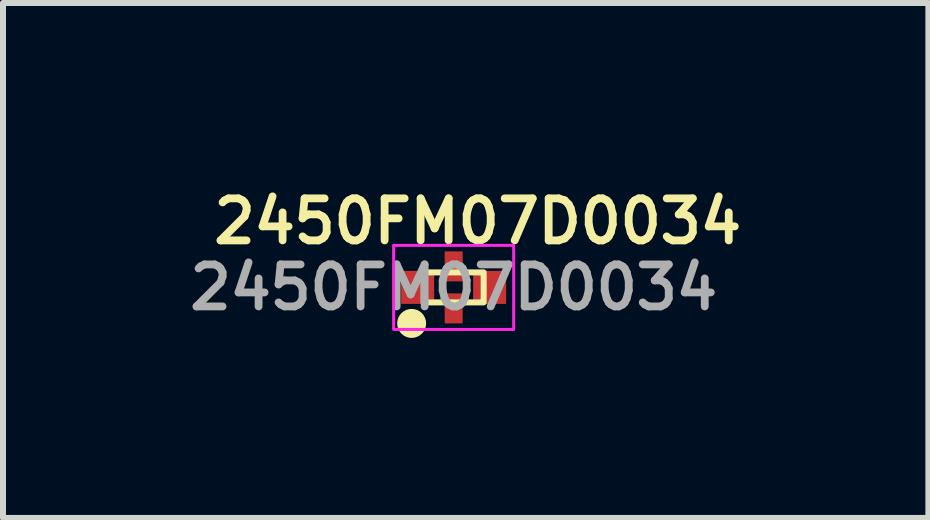
<source format=kicad_pcb>
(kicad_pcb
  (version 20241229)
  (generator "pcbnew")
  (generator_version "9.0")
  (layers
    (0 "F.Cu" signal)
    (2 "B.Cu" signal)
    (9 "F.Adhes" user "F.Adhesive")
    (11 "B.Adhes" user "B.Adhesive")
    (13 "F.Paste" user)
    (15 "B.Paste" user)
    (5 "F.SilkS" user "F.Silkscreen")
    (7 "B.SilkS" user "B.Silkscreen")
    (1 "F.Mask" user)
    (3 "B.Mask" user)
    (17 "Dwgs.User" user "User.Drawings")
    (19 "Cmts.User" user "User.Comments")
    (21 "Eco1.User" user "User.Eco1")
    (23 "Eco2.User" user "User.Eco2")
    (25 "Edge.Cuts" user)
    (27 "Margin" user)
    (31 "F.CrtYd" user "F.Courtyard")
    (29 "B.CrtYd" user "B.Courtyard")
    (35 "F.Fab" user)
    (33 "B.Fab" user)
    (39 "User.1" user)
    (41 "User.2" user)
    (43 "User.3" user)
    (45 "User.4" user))
  (footprint "2450FM07D0034"
    (layer "F.Cu")
    (at 4.508 1.738)
    (property "Reference" "2450FM07D0034" (at 0.4 -1.1 0) (unlocked yes) (layer "F.SilkS") (effects (font (size 0.7 0.7) (thickness 0.13))))
    (attr smd)
    (fp_rect (start -0.5 -0.25) (end 0.5 0.25) (stroke (width 0.1) (type solid)) (fill no) (layer "F.SilkS"))
    (fp_circle (center -0.7 0.6) (end -0.6 0.7) (stroke (width 0.2) (type solid)) (fill yes) (layer "F.SilkS"))
    (fp_rect (start -1 -0.7) (end 1 0.7) (stroke (width 0.05) (type default)) (fill no) (layer "F.CrtYd"))
    (fp_text user "${REFERENCE}" (at 0 0 0) (unlocked yes) (layer "F.Fab") (effects (font (size 0.7 0.7) (thickness 0.13) (bold yes))))
    (pad "1" smd rect (at -0.6 0) (size 0.55 0.55) (layers "F.Cu" "F.Mask" "F.Paste"))
    (pad "2" smd rect (at 0 0.35) (size 0.3 0.5) (layers "F.Cu" "F.Mask" "F.Paste"))
    (pad "3" smd rect (at 0.6 0) (size 0.55 0.55) (layers "F.Cu" "F.Mask" "F.Paste"))
    (pad "4" smd rect (at 0 -0.35) (size 0.3 0.5) (layers "F.Cu" "F.Mask" "F.Paste")))
  (gr_rect
    (start -3 -3)
    (end 12.417 5.579)
    (stroke (width 0.1) (type default))
    (fill no)
    (layer "Edge.Cuts")))
</source>
